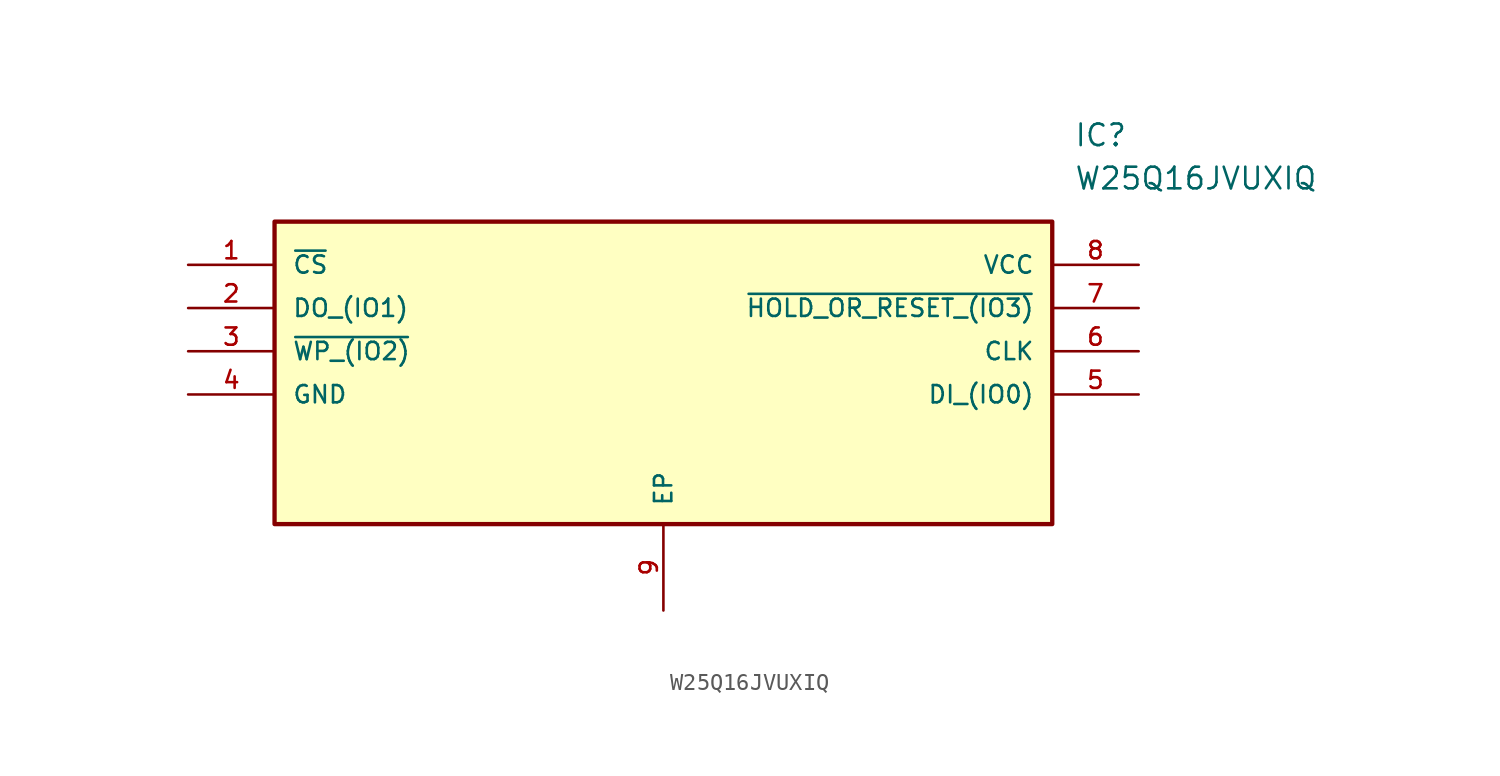
<source format=kicad_sym>
(kicad_symbol_lib
  (version 20211014)
  (generator kicad_symbol_editor)
  (symbol "W25Q16JVUXIQ"
    (pin_names
      (offset 1.016))
    (property "Reference" "IC"
      (at 52.07 7.62 0)
      (effects (font (size 1.27 1.27)) (justify left)))
    (property "Value" "W25Q16JVUXIQ"
      (at 52.07 5.08 0)
      (effects (font (size 1.27 1.27)) (justify left)))
    (symbol "W25Q16JVUXIQ_0_0"
      (rectangle (start 5.08 -15.24) (end 50.8 2.54) (stroke (width 0.254)) (fill (type background)))
      (pin bidirectional line (at 0.0 0.0 0) (length 5.08) (name "~{CS}" (effects (font (size 1.016 1.016)))) (number "1" (effects (font (size 1.016 1.016)))))
      (pin bidirectional line (at 55.88 -2.54 180.0) (length 5.08) (name "~{HOLD_OR_RESET_(IO3)}" (effects (font (size 1.016 1.016)))) (number "7" (effects (font (size 1.016 1.016)))))
      (pin bidirectional line (at 0.0 -5.08 0) (length 5.08) (name "~{WP_(IO2)}" (effects (font (size 1.016 1.016)))) (number "3" (effects (font (size 1.016 1.016)))))
      (pin bidirectional line (at 55.88 -5.08 180.0) (length 5.08) (name "CLK" (effects (font (size 1.016 1.016)))) (number "6" (effects (font (size 1.016 1.016)))))
      (pin bidirectional line (at 55.88 -7.62 180.0) (length 5.08) (name "DI_(IO0)" (effects (font (size 1.016 1.016)))) (number "5" (effects (font (size 1.016 1.016)))))
      (pin bidirectional line (at 0.0 -2.54 0) (length 5.08) (name "DO_(IO1)" (effects (font (size 1.016 1.016)))) (number "2" (effects (font (size 1.016 1.016)))))
      (pin bidirectional line (at 27.94 -20.32 90.0) (length 5.08) (name "EP" (effects (font (size 1.016 1.016)))) (number "9" (effects (font (size 1.016 1.016)))))
      (pin bidirectional line (at 0.0 -7.62 0) (length 5.08) (name "GND" (effects (font (size 1.016 1.016)))) (number "4" (effects (font (size 1.016 1.016)))))
      (pin bidirectional line (at 55.88 0.0 180.0) (length 5.08) (name "VCC" (effects (font (size 1.016 1.016)))) (number "8" (effects (font (size 1.016 1.016))))))))
</source>
